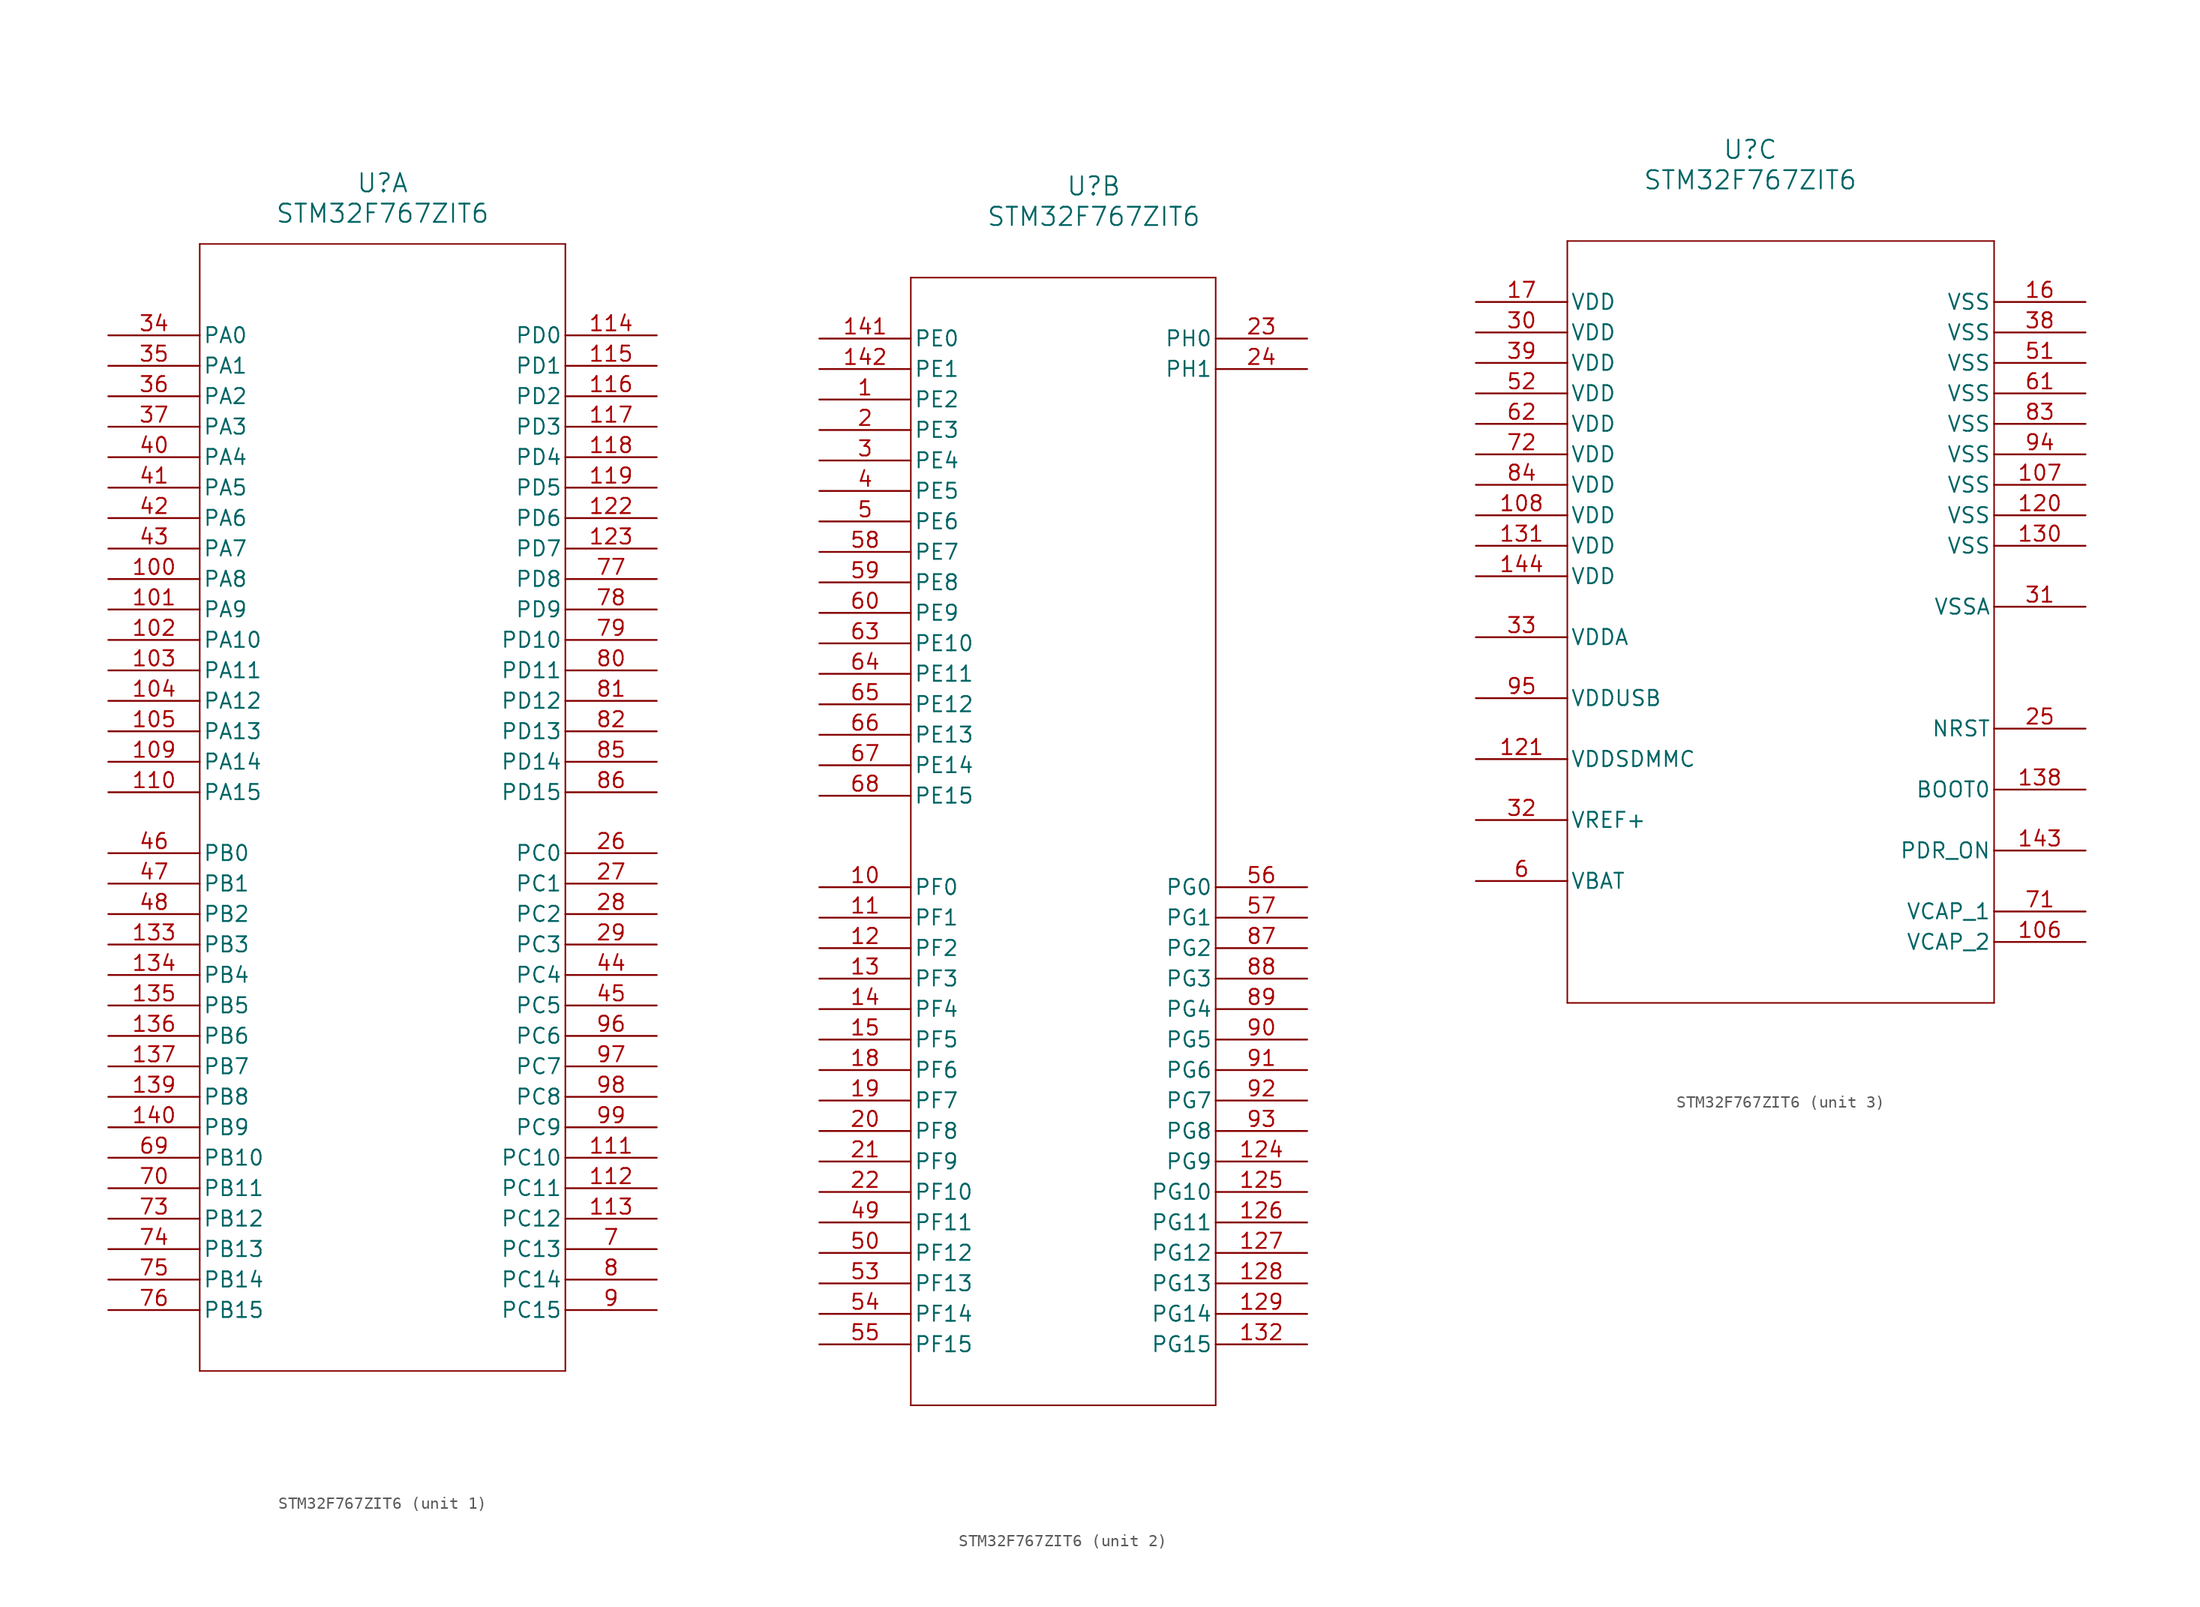
<source format=kicad_sym>
(kicad_symbol_lib
  (version 20211014)
  (generator kicad_symbol_editor)
  (symbol "STM32F767ZIT6"
    (pin_names
      (offset 0.254))
    (property "Reference" "U"
      (at 22.86 12.7 0)
      (effects (font (size 1.524 1.524))))
    (property "Value" "STM32F767ZIT6"
      (at 22.86 10.16 0)
      (effects (font (size 1.524 1.524))))
    (symbol "STM32F767ZIT6_1_1"
      (polyline (pts (xy 7.62 7.62) (xy 7.62 -86.36)) (stroke (width 0.127) (type default) (color 0 0 0 0)) (fill (type none)))
      (polyline (pts (xy 7.62 -86.36) (xy 38.1 -86.36)) (stroke (width 0.127) (type default) (color 0 0 0 0)) (fill (type none)))
      (polyline (pts (xy 38.1 -86.36) (xy 38.1 7.62)) (stroke (width 0.127) (type default) (color 0 0 0 0)) (fill (type none)))
      (polyline (pts (xy 38.1 7.62) (xy 7.62 7.62)) (stroke (width 0.127) (type default) (color 0 0 0 0)) (fill (type none)))
      (pin bidirectional line (at 45.72 -76.2 180) (length 7.62) (name "PC13" (effects (font (size 1.27 1.27)))) (number "7" (effects (font (size 1.27 1.27)))))
      (pin bidirectional line (at 45.72 -78.74 180) (length 7.62) (name "PC14" (effects (font (size 1.27 1.27)))) (number "8" (effects (font (size 1.27 1.27)))))
      (pin bidirectional line (at 45.72 -81.28 180) (length 7.62) (name "PC15" (effects (font (size 1.27 1.27)))) (number "9" (effects (font (size 1.27 1.27)))))
      (pin bidirectional line (at 45.72 -43.18 180) (length 7.62) (name "PC0" (effects (font (size 1.27 1.27)))) (number "26" (effects (font (size 1.27 1.27)))))
      (pin bidirectional line (at 45.72 -45.72 180) (length 7.62) (name "PC1" (effects (font (size 1.27 1.27)))) (number "27" (effects (font (size 1.27 1.27)))))
      (pin bidirectional line (at 45.72 -48.26 180) (length 7.62) (name "PC2" (effects (font (size 1.27 1.27)))) (number "28" (effects (font (size 1.27 1.27)))))
      (pin bidirectional line (at 45.72 -50.8 180) (length 7.62) (name "PC3" (effects (font (size 1.27 1.27)))) (number "29" (effects (font (size 1.27 1.27)))))
      (pin bidirectional line (at 0 0 0) (length 7.62) (name "PA0" (effects (font (size 1.27 1.27)))) (number "34" (effects (font (size 1.27 1.27)))))
      (pin bidirectional line (at 0 -2.54 0) (length 7.62) (name "PA1" (effects (font (size 1.27 1.27)))) (number "35" (effects (font (size 1.27 1.27)))))
      (pin bidirectional line (at 0 -5.08 0) (length 7.62) (name "PA2" (effects (font (size 1.27 1.27)))) (number "36" (effects (font (size 1.27 1.27)))))
      (pin bidirectional line (at 0 -7.62 0) (length 7.62) (name "PA3" (effects (font (size 1.27 1.27)))) (number "37" (effects (font (size 1.27 1.27)))))
      (pin bidirectional line (at 0 -10.16 0) (length 7.62) (name "PA4" (effects (font (size 1.27 1.27)))) (number "40" (effects (font (size 1.27 1.27)))))
      (pin bidirectional line (at 0 -12.7 0) (length 7.62) (name "PA5" (effects (font (size 1.27 1.27)))) (number "41" (effects (font (size 1.27 1.27)))))
      (pin bidirectional line (at 0 -15.24 0) (length 7.62) (name "PA6" (effects (font (size 1.27 1.27)))) (number "42" (effects (font (size 1.27 1.27)))))
      (pin bidirectional line (at 0 -17.78 0) (length 7.62) (name "PA7" (effects (font (size 1.27 1.27)))) (number "43" (effects (font (size 1.27 1.27)))))
      (pin bidirectional line (at 45.72 -53.34 180) (length 7.62) (name "PC4" (effects (font (size 1.27 1.27)))) (number "44" (effects (font (size 1.27 1.27)))))
      (pin bidirectional line (at 45.72 -55.88 180) (length 7.62) (name "PC5" (effects (font (size 1.27 1.27)))) (number "45" (effects (font (size 1.27 1.27)))))
      (pin bidirectional line (at 0 -43.18 0) (length 7.62) (name "PB0" (effects (font (size 1.27 1.27)))) (number "46" (effects (font (size 1.27 1.27)))))
      (pin bidirectional line (at 0 -45.72 0) (length 7.62) (name "PB1" (effects (font (size 1.27 1.27)))) (number "47" (effects (font (size 1.27 1.27)))))
      (pin bidirectional line (at 0 -48.26 0) (length 7.62) (name "PB2" (effects (font (size 1.27 1.27)))) (number "48" (effects (font (size 1.27 1.27)))))
      (pin bidirectional line (at 0 -68.58 0) (length 7.62) (name "PB10" (effects (font (size 1.27 1.27)))) (number "69" (effects (font (size 1.27 1.27)))))
      (pin bidirectional line (at 0 -71.12 0) (length 7.62) (name "PB11" (effects (font (size 1.27 1.27)))) (number "70" (effects (font (size 1.27 1.27)))))
      (pin bidirectional line (at 0 -73.66 0) (length 7.62) (name "PB12" (effects (font (size 1.27 1.27)))) (number "73" (effects (font (size 1.27 1.27)))))
      (pin bidirectional line (at 0 -76.2 0) (length 7.62) (name "PB13" (effects (font (size 1.27 1.27)))) (number "74" (effects (font (size 1.27 1.27)))))
      (pin bidirectional line (at 0 -78.74 0) (length 7.62) (name "PB14" (effects (font (size 1.27 1.27)))) (number "75" (effects (font (size 1.27 1.27)))))
      (pin bidirectional line (at 0 -81.28 0) (length 7.62) (name "PB15" (effects (font (size 1.27 1.27)))) (number "76" (effects (font (size 1.27 1.27)))))
      (pin bidirectional line (at 45.72 -20.32 180) (length 7.62) (name "PD8" (effects (font (size 1.27 1.27)))) (number "77" (effects (font (size 1.27 1.27)))))
      (pin bidirectional line (at 45.72 -22.86 180) (length 7.62) (name "PD9" (effects (font (size 1.27 1.27)))) (number "78" (effects (font (size 1.27 1.27)))))
      (pin bidirectional line (at 45.72 -25.4 180) (length 7.62) (name "PD10" (effects (font (size 1.27 1.27)))) (number "79" (effects (font (size 1.27 1.27)))))
      (pin bidirectional line (at 45.72 -27.94 180) (length 7.62) (name "PD11" (effects (font (size 1.27 1.27)))) (number "80" (effects (font (size 1.27 1.27)))))
      (pin bidirectional line (at 45.72 -30.48 180) (length 7.62) (name "PD12" (effects (font (size 1.27 1.27)))) (number "81" (effects (font (size 1.27 1.27)))))
      (pin bidirectional line (at 45.72 -33.02 180) (length 7.62) (name "PD13" (effects (font (size 1.27 1.27)))) (number "82" (effects (font (size 1.27 1.27)))))
      (pin bidirectional line (at 45.72 -35.56 180) (length 7.62) (name "PD14" (effects (font (size 1.27 1.27)))) (number "85" (effects (font (size 1.27 1.27)))))
      (pin bidirectional line (at 45.72 -38.1 180) (length 7.62) (name "PD15" (effects (font (size 1.27 1.27)))) (number "86" (effects (font (size 1.27 1.27)))))
      (pin bidirectional line (at 45.72 -58.42 180) (length 7.62) (name "PC6" (effects (font (size 1.27 1.27)))) (number "96" (effects (font (size 1.27 1.27)))))
      (pin bidirectional line (at 45.72 -60.96 180) (length 7.62) (name "PC7" (effects (font (size 1.27 1.27)))) (number "97" (effects (font (size 1.27 1.27)))))
      (pin bidirectional line (at 45.72 -63.5 180) (length 7.62) (name "PC8" (effects (font (size 1.27 1.27)))) (number "98" (effects (font (size 1.27 1.27)))))
      (pin bidirectional line (at 45.72 -66.04 180) (length 7.62) (name "PC9" (effects (font (size 1.27 1.27)))) (number "99" (effects (font (size 1.27 1.27)))))
      (pin bidirectional line (at 0 -20.32 0) (length 7.62) (name "PA8" (effects (font (size 1.27 1.27)))) (number "100" (effects (font (size 1.27 1.27)))))
      (pin bidirectional line (at 0 -22.86 0) (length 7.62) (name "PA9" (effects (font (size 1.27 1.27)))) (number "101" (effects (font (size 1.27 1.27)))))
      (pin bidirectional line (at 0 -25.4 0) (length 7.62) (name "PA10" (effects (font (size 1.27 1.27)))) (number "102" (effects (font (size 1.27 1.27)))))
      (pin bidirectional line (at 0 -27.94 0) (length 7.62) (name "PA11" (effects (font (size 1.27 1.27)))) (number "103" (effects (font (size 1.27 1.27)))))
      (pin bidirectional line (at 0 -30.48 0) (length 7.62) (name "PA12" (effects (font (size 1.27 1.27)))) (number "104" (effects (font (size 1.27 1.27)))))
      (pin bidirectional line (at 0 -33.02 0) (length 7.62) (name "PA13" (effects (font (size 1.27 1.27)))) (number "105" (effects (font (size 1.27 1.27)))))
      (pin bidirectional line (at 0 -35.56 0) (length 7.62) (name "PA14" (effects (font (size 1.27 1.27)))) (number "109" (effects (font (size 1.27 1.27)))))
      (pin bidirectional line (at 0 -38.1 0) (length 7.62) (name "PA15" (effects (font (size 1.27 1.27)))) (number "110" (effects (font (size 1.27 1.27)))))
      (pin bidirectional line (at 45.72 -68.58 180) (length 7.62) (name "PC10" (effects (font (size 1.27 1.27)))) (number "111" (effects (font (size 1.27 1.27)))))
      (pin bidirectional line (at 45.72 -71.12 180) (length 7.62) (name "PC11" (effects (font (size 1.27 1.27)))) (number "112" (effects (font (size 1.27 1.27)))))
      (pin bidirectional line (at 45.72 -73.66 180) (length 7.62) (name "PC12" (effects (font (size 1.27 1.27)))) (number "113" (effects (font (size 1.27 1.27)))))
      (pin bidirectional line (at 45.72 0 180) (length 7.62) (name "PD0" (effects (font (size 1.27 1.27)))) (number "114" (effects (font (size 1.27 1.27)))))
      (pin bidirectional line (at 45.72 -2.54 180) (length 7.62) (name "PD1" (effects (font (size 1.27 1.27)))) (number "115" (effects (font (size 1.27 1.27)))))
      (pin bidirectional line (at 45.72 -5.08 180) (length 7.62) (name "PD2" (effects (font (size 1.27 1.27)))) (number "116" (effects (font (size 1.27 1.27)))))
      (pin bidirectional line (at 45.72 -7.62 180) (length 7.62) (name "PD3" (effects (font (size 1.27 1.27)))) (number "117" (effects (font (size 1.27 1.27)))))
      (pin bidirectional line (at 45.72 -10.16 180) (length 7.62) (name "PD4" (effects (font (size 1.27 1.27)))) (number "118" (effects (font (size 1.27 1.27)))))
      (pin bidirectional line (at 45.72 -12.7 180) (length 7.62) (name "PD5" (effects (font (size 1.27 1.27)))) (number "119" (effects (font (size 1.27 1.27)))))
      (pin bidirectional line (at 45.72 -15.24 180) (length 7.62) (name "PD6" (effects (font (size 1.27 1.27)))) (number "122" (effects (font (size 1.27 1.27)))))
      (pin bidirectional line (at 45.72 -17.78 180) (length 7.62) (name "PD7" (effects (font (size 1.27 1.27)))) (number "123" (effects (font (size 1.27 1.27)))))
      (pin bidirectional line (at 0 -50.8 0) (length 7.62) (name "PB3" (effects (font (size 1.27 1.27)))) (number "133" (effects (font (size 1.27 1.27)))))
      (pin bidirectional line (at 0 -53.34 0) (length 7.62) (name "PB4" (effects (font (size 1.27 1.27)))) (number "134" (effects (font (size 1.27 1.27)))))
      (pin bidirectional line (at 0 -55.88 0) (length 7.62) (name "PB5" (effects (font (size 1.27 1.27)))) (number "135" (effects (font (size 1.27 1.27)))))
      (pin bidirectional line (at 0 -58.42 0) (length 7.62) (name "PB6" (effects (font (size 1.27 1.27)))) (number "136" (effects (font (size 1.27 1.27)))))
      (pin bidirectional line (at 0 -60.96 0) (length 7.62) (name "PB7" (effects (font (size 1.27 1.27)))) (number "137" (effects (font (size 1.27 1.27)))))
      (pin bidirectional line (at 0 -63.5 0) (length 7.62) (name "PB8" (effects (font (size 1.27 1.27)))) (number "139" (effects (font (size 1.27 1.27)))))
      (pin bidirectional line (at 0 -66.04 0) (length 7.62) (name "PB9" (effects (font (size 1.27 1.27)))) (number "140" (effects (font (size 1.27 1.27))))))
    (symbol "STM32F767ZIT6_2_1"
      (polyline (pts (xy 7.62 5.08) (xy 7.62 -88.9)) (stroke (width 0.127) (type default) (color 0 0 0 0)) (fill (type none)))
      (polyline (pts (xy 7.62 -88.9) (xy 33.02 -88.9)) (stroke (width 0.127) (type default) (color 0 0 0 0)) (fill (type none)))
      (polyline (pts (xy 33.02 -88.9) (xy 33.02 5.08)) (stroke (width 0.127) (type default) (color 0 0 0 0)) (fill (type none)))
      (polyline (pts (xy 33.02 5.08) (xy 7.62 5.08)) (stroke (width 0.127) (type default) (color 0 0 0 0)) (fill (type none)))
      (pin bidirectional line (at 0 -5.08 0) (length 7.62) (name "PE2" (effects (font (size 1.27 1.27)))) (number "1" (effects (font (size 1.27 1.27)))))
      (pin bidirectional line (at 0 -7.62 0) (length 7.62) (name "PE3" (effects (font (size 1.27 1.27)))) (number "2" (effects (font (size 1.27 1.27)))))
      (pin bidirectional line (at 0 -10.16 0) (length 7.62) (name "PE4" (effects (font (size 1.27 1.27)))) (number "3" (effects (font (size 1.27 1.27)))))
      (pin bidirectional line (at 0 -12.7 0) (length 7.62) (name "PE5" (effects (font (size 1.27 1.27)))) (number "4" (effects (font (size 1.27 1.27)))))
      (pin bidirectional line (at 0 -15.24 0) (length 7.62) (name "PE6" (effects (font (size 1.27 1.27)))) (number "5" (effects (font (size 1.27 1.27)))))
      (pin bidirectional line (at 0 -45.72 0) (length 7.62) (name "PF0" (effects (font (size 1.27 1.27)))) (number "10" (effects (font (size 1.27 1.27)))))
      (pin bidirectional line (at 0 -48.26 0) (length 7.62) (name "PF1" (effects (font (size 1.27 1.27)))) (number "11" (effects (font (size 1.27 1.27)))))
      (pin bidirectional line (at 0 -50.8 0) (length 7.62) (name "PF2" (effects (font (size 1.27 1.27)))) (number "12" (effects (font (size 1.27 1.27)))))
      (pin bidirectional line (at 0 -53.34 0) (length 7.62) (name "PF3" (effects (font (size 1.27 1.27)))) (number "13" (effects (font (size 1.27 1.27)))))
      (pin bidirectional line (at 0 -55.88 0) (length 7.62) (name "PF4" (effects (font (size 1.27 1.27)))) (number "14" (effects (font (size 1.27 1.27)))))
      (pin bidirectional line (at 0 -58.42 0) (length 7.62) (name "PF5" (effects (font (size 1.27 1.27)))) (number "15" (effects (font (size 1.27 1.27)))))
      (pin bidirectional line (at 0 -60.96 0) (length 7.62) (name "PF6" (effects (font (size 1.27 1.27)))) (number "18" (effects (font (size 1.27 1.27)))))
      (pin bidirectional line (at 0 -63.5 0) (length 7.62) (name "PF7" (effects (font (size 1.27 1.27)))) (number "19" (effects (font (size 1.27 1.27)))))
      (pin bidirectional line (at 0 -66.04 0) (length 7.62) (name "PF8" (effects (font (size 1.27 1.27)))) (number "20" (effects (font (size 1.27 1.27)))))
      (pin bidirectional line (at 0 -68.58 0) (length 7.62) (name "PF9" (effects (font (size 1.27 1.27)))) (number "21" (effects (font (size 1.27 1.27)))))
      (pin bidirectional line (at 0 -71.12 0) (length 7.62) (name "PF10" (effects (font (size 1.27 1.27)))) (number "22" (effects (font (size 1.27 1.27)))))
      (pin bidirectional line (at 40.64 0 180) (length 7.62) (name "PH0" (effects (font (size 1.27 1.27)))) (number "23" (effects (font (size 1.27 1.27)))))
      (pin bidirectional line (at 40.64 -2.54 180) (length 7.62) (name "PH1" (effects (font (size 1.27 1.27)))) (number "24" (effects (font (size 1.27 1.27)))))
      (pin bidirectional line (at 0 -73.66 0) (length 7.62) (name "PF11" (effects (font (size 1.27 1.27)))) (number "49" (effects (font (size 1.27 1.27)))))
      (pin bidirectional line (at 0 -76.2 0) (length 7.62) (name "PF12" (effects (font (size 1.27 1.27)))) (number "50" (effects (font (size 1.27 1.27)))))
      (pin bidirectional line (at 0 -78.74 0) (length 7.62) (name "PF13" (effects (font (size 1.27 1.27)))) (number "53" (effects (font (size 1.27 1.27)))))
      (pin bidirectional line (at 0 -81.28 0) (length 7.62) (name "PF14" (effects (font (size 1.27 1.27)))) (number "54" (effects (font (size 1.27 1.27)))))
      (pin bidirectional line (at 0 -83.82 0) (length 7.62) (name "PF15" (effects (font (size 1.27 1.27)))) (number "55" (effects (font (size 1.27 1.27)))))
      (pin bidirectional line (at 40.64 -45.72 180) (length 7.62) (name "PG0" (effects (font (size 1.27 1.27)))) (number "56" (effects (font (size 1.27 1.27)))))
      (pin bidirectional line (at 40.64 -48.26 180) (length 7.62) (name "PG1" (effects (font (size 1.27 1.27)))) (number "57" (effects (font (size 1.27 1.27)))))
      (pin bidirectional line (at 0 -17.78 0) (length 7.62) (name "PE7" (effects (font (size 1.27 1.27)))) (number "58" (effects (font (size 1.27 1.27)))))
      (pin bidirectional line (at 0 -20.32 0) (length 7.62) (name "PE8" (effects (font (size 1.27 1.27)))) (number "59" (effects (font (size 1.27 1.27)))))
      (pin bidirectional line (at 0 -22.86 0) (length 7.62) (name "PE9" (effects (font (size 1.27 1.27)))) (number "60" (effects (font (size 1.27 1.27)))))
      (pin bidirectional line (at 0 -25.4 0) (length 7.62) (name "PE10" (effects (font (size 1.27 1.27)))) (number "63" (effects (font (size 1.27 1.27)))))
      (pin bidirectional line (at 0 -27.94 0) (length 7.62) (name "PE11" (effects (font (size 1.27 1.27)))) (number "64" (effects (font (size 1.27 1.27)))))
      (pin bidirectional line (at 0 -30.48 0) (length 7.62) (name "PE12" (effects (font (size 1.27 1.27)))) (number "65" (effects (font (size 1.27 1.27)))))
      (pin bidirectional line (at 0 -33.02 0) (length 7.62) (name "PE13" (effects (font (size 1.27 1.27)))) (number "66" (effects (font (size 1.27 1.27)))))
      (pin bidirectional line (at 0 -35.56 0) (length 7.62) (name "PE14" (effects (font (size 1.27 1.27)))) (number "67" (effects (font (size 1.27 1.27)))))
      (pin bidirectional line (at 0 -38.1 0) (length 7.62) (name "PE15" (effects (font (size 1.27 1.27)))) (number "68" (effects (font (size 1.27 1.27)))))
      (pin bidirectional line (at 40.64 -50.8 180) (length 7.62) (name "PG2" (effects (font (size 1.27 1.27)))) (number "87" (effects (font (size 1.27 1.27)))))
      (pin bidirectional line (at 40.64 -53.34 180) (length 7.62) (name "PG3" (effects (font (size 1.27 1.27)))) (number "88" (effects (font (size 1.27 1.27)))))
      (pin bidirectional line (at 40.64 -55.88 180) (length 7.62) (name "PG4" (effects (font (size 1.27 1.27)))) (number "89" (effects (font (size 1.27 1.27)))))
      (pin bidirectional line (at 40.64 -58.42 180) (length 7.62) (name "PG5" (effects (font (size 1.27 1.27)))) (number "90" (effects (font (size 1.27 1.27)))))
      (pin bidirectional line (at 40.64 -60.96 180) (length 7.62) (name "PG6" (effects (font (size 1.27 1.27)))) (number "91" (effects (font (size 1.27 1.27)))))
      (pin bidirectional line (at 40.64 -63.5 180) (length 7.62) (name "PG7" (effects (font (size 1.27 1.27)))) (number "92" (effects (font (size 1.27 1.27)))))
      (pin bidirectional line (at 40.64 -66.04 180) (length 7.62) (name "PG8" (effects (font (size 1.27 1.27)))) (number "93" (effects (font (size 1.27 1.27)))))
      (pin bidirectional line (at 40.64 -68.58 180) (length 7.62) (name "PG9" (effects (font (size 1.27 1.27)))) (number "124" (effects (font (size 1.27 1.27)))))
      (pin bidirectional line (at 40.64 -71.12 180) (length 7.62) (name "PG10" (effects (font (size 1.27 1.27)))) (number "125" (effects (font (size 1.27 1.27)))))
      (pin bidirectional line (at 40.64 -73.66 180) (length 7.62) (name "PG11" (effects (font (size 1.27 1.27)))) (number "126" (effects (font (size 1.27 1.27)))))
      (pin bidirectional line (at 40.64 -76.2 180) (length 7.62) (name "PG12" (effects (font (size 1.27 1.27)))) (number "127" (effects (font (size 1.27 1.27)))))
      (pin bidirectional line (at 40.64 -78.74 180) (length 7.62) (name "PG13" (effects (font (size 1.27 1.27)))) (number "128" (effects (font (size 1.27 1.27)))))
      (pin bidirectional line (at 40.64 -81.28 180) (length 7.62) (name "PG14" (effects (font (size 1.27 1.27)))) (number "129" (effects (font (size 1.27 1.27)))))
      (pin bidirectional line (at 40.64 -83.82 180) (length 7.62) (name "PG15" (effects (font (size 1.27 1.27)))) (number "132" (effects (font (size 1.27 1.27)))))
      (pin bidirectional line (at 0 0 0) (length 7.62) (name "PE0" (effects (font (size 1.27 1.27)))) (number "141" (effects (font (size 1.27 1.27)))))
      (pin bidirectional line (at 0 -2.54 0) (length 7.62) (name "PE1" (effects (font (size 1.27 1.27)))) (number "142" (effects (font (size 1.27 1.27))))))
    (symbol "STM32F767ZIT6_3_1"
      (polyline (pts (xy 7.62 5.08) (xy 7.62 -58.42)) (stroke (width 0.127) (type default) (color 0 0 0 0)) (fill (type none)))
      (polyline (pts (xy 7.62 -58.42) (xy 43.18 -58.42)) (stroke (width 0.127) (type default) (color 0 0 0 0)) (fill (type none)))
      (polyline (pts (xy 43.18 -58.42) (xy 43.18 5.08)) (stroke (width 0.127) (type default) (color 0 0 0 0)) (fill (type none)))
      (polyline (pts (xy 43.18 5.08) (xy 7.62 5.08)) (stroke (width 0.127) (type default) (color 0 0 0 0)) (fill (type none)))
      (pin power_in line (at 0 -48.26 0) (length 7.62) (name "VBAT" (effects (font (size 1.27 1.27)))) (number "6" (effects (font (size 1.27 1.27)))))
      (pin power_in line (at 50.8 0 180) (length 7.62) (name "VSS" (effects (font (size 1.27 1.27)))) (number "16" (effects (font (size 1.27 1.27)))))
      (pin power_in line (at 0 0 0) (length 7.62) (name "VDD" (effects (font (size 1.27 1.27)))) (number "17" (effects (font (size 1.27 1.27)))))
      (pin unspecified line (at 50.8 -35.56 180) (length 7.62) (name "NRST" (effects (font (size 1.27 1.27)))) (number "25" (effects (font (size 1.27 1.27)))))
      (pin power_in line (at 0 -2.54 0) (length 7.62) (name "VDD" (effects (font (size 1.27 1.27)))) (number "30" (effects (font (size 1.27 1.27)))))
      (pin power_in line (at 50.8 -25.4 180) (length 7.62) (name "VSSA" (effects (font (size 1.27 1.27)))) (number "31" (effects (font (size 1.27 1.27)))))
      (pin power_in line (at 0 -43.18 0) (length 7.62) (name "VREF+" (effects (font (size 1.27 1.27)))) (number "32" (effects (font (size 1.27 1.27)))))
      (pin power_in line (at 0 -27.94 0) (length 7.62) (name "VDDA" (effects (font (size 1.27 1.27)))) (number "33" (effects (font (size 1.27 1.27)))))
      (pin power_in line (at 50.8 -2.54 180) (length 7.62) (name "VSS" (effects (font (size 1.27 1.27)))) (number "38" (effects (font (size 1.27 1.27)))))
      (pin power_in line (at 0 -5.08 0) (length 7.62) (name "VDD" (effects (font (size 1.27 1.27)))) (number "39" (effects (font (size 1.27 1.27)))))
      (pin power_in line (at 50.8 -5.08 180) (length 7.62) (name "VSS" (effects (font (size 1.27 1.27)))) (number "51" (effects (font (size 1.27 1.27)))))
      (pin power_in line (at 0 -7.62 0) (length 7.62) (name "VDD" (effects (font (size 1.27 1.27)))) (number "52" (effects (font (size 1.27 1.27)))))
      (pin power_in line (at 50.8 -7.62 180) (length 7.62) (name "VSS" (effects (font (size 1.27 1.27)))) (number "61" (effects (font (size 1.27 1.27)))))
      (pin power_in line (at 0 -10.16 0) (length 7.62) (name "VDD" (effects (font (size 1.27 1.27)))) (number "62" (effects (font (size 1.27 1.27)))))
      (pin power_in line (at 50.8 -50.8 180) (length 7.62) (name "VCAP_1" (effects (font (size 1.27 1.27)))) (number "71" (effects (font (size 1.27 1.27)))))
      (pin power_in line (at 0 -12.7 0) (length 7.62) (name "VDD" (effects (font (size 1.27 1.27)))) (number "72" (effects (font (size 1.27 1.27)))))
      (pin power_in line (at 50.8 -10.16 180) (length 7.62) (name "VSS" (effects (font (size 1.27 1.27)))) (number "83" (effects (font (size 1.27 1.27)))))
      (pin power_in line (at 0 -15.24 0) (length 7.62) (name "VDD" (effects (font (size 1.27 1.27)))) (number "84" (effects (font (size 1.27 1.27)))))
      (pin power_in line (at 50.8 -12.7 180) (length 7.62) (name "VSS" (effects (font (size 1.27 1.27)))) (number "94" (effects (font (size 1.27 1.27)))))
      (pin power_in line (at 0 -33.02 0) (length 7.62) (name "VDDUSB" (effects (font (size 1.27 1.27)))) (number "95" (effects (font (size 1.27 1.27)))))
      (pin power_in line (at 50.8 -53.34 180) (length 7.62) (name "VCAP_2" (effects (font (size 1.27 1.27)))) (number "106" (effects (font (size 1.27 1.27)))))
      (pin power_in line (at 50.8 -15.24 180) (length 7.62) (name "VSS" (effects (font (size 1.27 1.27)))) (number "107" (effects (font (size 1.27 1.27)))))
      (pin power_in line (at 0 -17.78 0) (length 7.62) (name "VDD" (effects (font (size 1.27 1.27)))) (number "108" (effects (font (size 1.27 1.27)))))
      (pin power_in line (at 50.8 -17.78 180) (length 7.62) (name "VSS" (effects (font (size 1.27 1.27)))) (number "120" (effects (font (size 1.27 1.27)))))
      (pin power_in line (at 0 -38.1 0) (length 7.62) (name "VDDSDMMC" (effects (font (size 1.27 1.27)))) (number "121" (effects (font (size 1.27 1.27)))))
      (pin power_in line (at 50.8 -20.32 180) (length 7.62) (name "VSS" (effects (font (size 1.27 1.27)))) (number "130" (effects (font (size 1.27 1.27)))))
      (pin power_in line (at 0 -20.32 0) (length 7.62) (name "VDD" (effects (font (size 1.27 1.27)))) (number "131" (effects (font (size 1.27 1.27)))))
      (pin unspecified line (at 50.8 -40.64 180) (length 7.62) (name "BOOT0" (effects (font (size 1.27 1.27)))) (number "138" (effects (font (size 1.27 1.27)))))
      (pin unspecified line (at 50.8 -45.72 180) (length 7.62) (name "PDR_ON" (effects (font (size 1.27 1.27)))) (number "143" (effects (font (size 1.27 1.27)))))
      (pin power_in line (at 0 -22.86 0) (length 7.62) (name "VDD" (effects (font (size 1.27 1.27)))) (number "144" (effects (font (size 1.27 1.27))))))))
</source>
